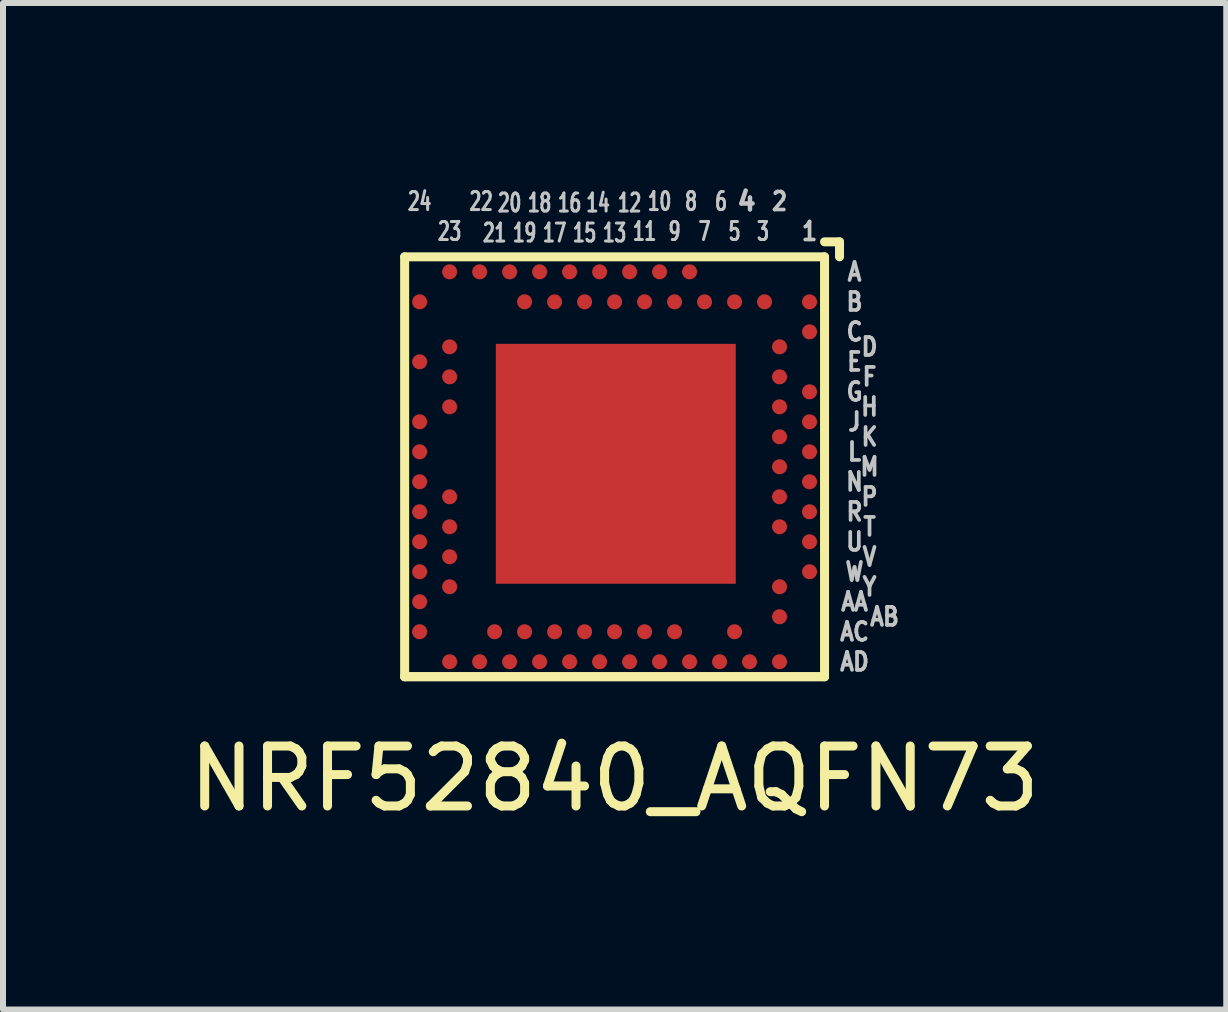
<source format=kicad_pcb>
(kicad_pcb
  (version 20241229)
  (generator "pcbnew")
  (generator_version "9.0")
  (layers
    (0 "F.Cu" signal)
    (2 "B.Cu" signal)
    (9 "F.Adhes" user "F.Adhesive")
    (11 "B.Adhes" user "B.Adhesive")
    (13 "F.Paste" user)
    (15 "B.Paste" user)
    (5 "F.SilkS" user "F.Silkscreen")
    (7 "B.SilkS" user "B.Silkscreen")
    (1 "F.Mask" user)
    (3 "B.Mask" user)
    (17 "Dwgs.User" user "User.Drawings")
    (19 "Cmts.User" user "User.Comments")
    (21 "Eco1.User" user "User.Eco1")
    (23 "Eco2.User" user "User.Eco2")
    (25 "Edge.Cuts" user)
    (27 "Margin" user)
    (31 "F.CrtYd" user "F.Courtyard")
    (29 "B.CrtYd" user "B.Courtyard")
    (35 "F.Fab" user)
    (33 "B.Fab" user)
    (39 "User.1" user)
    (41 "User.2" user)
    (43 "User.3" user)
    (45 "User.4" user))
  (footprint "NRF52840_AQFN73"
    (layer "F.Cu")
    (at 7.196 4.732)
    (property "Reference" "NRF52840_AQFN73" (at 0 5.2 0) (layer "F.SilkS") (effects (font (size 1 1) (thickness 0.15))))
    (attr smd)
    (fp_line (start -3.5 -3.5) (end 3.5 -3.5) (stroke (width 0.15) (type solid)) (layer "F.SilkS"))
    (fp_line (start -3.5 3.5) (end -3.5 -3.5) (stroke (width 0.15) (type solid)) (layer "F.SilkS"))
    (fp_line (start 3.5 -3.75) (end 3.75 -3.75) (stroke (width 0.15) (type solid)) (layer "F.SilkS"))
    (fp_line (start 3.5 -3.5) (end 3.5 3.5) (stroke (width 0.15) (type solid)) (layer "F.SilkS"))
    (fp_line (start 3.5 3.5) (end -3.5 3.5) (stroke (width 0.15) (type solid)) (layer "F.SilkS"))
    (fp_line (start 3.5 3.5) (end -3.5 3.5) (stroke (width 0.15) (type solid)) (layer "F.SilkS"))
    (fp_line (start 3.75 -3.75) (end 3.75 -3.5) (stroke (width 0.15) (type solid)) (layer "F.SilkS"))
    (fp_text user "AA" (at 4 2.25 0) (layer "Dwgs.User") (effects (font (size 0.3 0.25) (thickness 0.062))))
    (fp_text user "20" (at -1.75 -4.4 0) (layer "Dwgs.User") (effects (font (size 0.3 0.2) (thickness 0.05))))
    (fp_text user "M" (at 4.25 0 0) (layer "Dwgs.User") (effects (font (size 0.3 0.25) (thickness 0.062))))
    (fp_text user "W" (at 4 1.75 0) (layer "Dwgs.User") (effects (font (size 0.3 0.25) (thickness 0.062))))
    (fp_text user "4" (at 2.2 -4.425 0) (layer "Dwgs.User") (effects (font (size 0.3 0.3) (thickness 0.075))))
    (fp_text user "J" (at 4 -0.75 0) (layer "Dwgs.User") (effects (font (size 0.3 0.25) (thickness 0.062))))
    (fp_text user "23" (at -2.75 -3.925 0) (layer "Dwgs.User") (effects (font (size 0.3 0.2) (thickness 0.05))))
    (fp_text user "17" (at -1 -3.9 0) (layer "Dwgs.User") (effects (font (size 0.3 0.2) (thickness 0.05))))
    (fp_text user "1" (at 3.25 -3.925 0) (layer "Dwgs.User") (effects (font (size 0.3 0.25) (thickness 0.062))))
    (fp_text user "B" (at 4 -2.75 0) (layer "Dwgs.User") (effects (font (size 0.3 0.25) (thickness 0.062))))
    (fp_text user "D" (at 4.25 -2 0) (layer "Dwgs.User") (effects (font (size 0.3 0.25) (thickness 0.062))))
    (fp_text user "6" (at 1.775 -4.425 0) (layer "Dwgs.User") (effects (font (size 0.3 0.2) (thickness 0.05))))
    (fp_text user "E" (at 4 -1.75 0) (layer "Dwgs.User") (effects (font (size 0.3 0.25) (thickness 0.062))))
    (fp_text user "11" (at 0.5 -3.925 0) (layer "Dwgs.User") (effects (font (size 0.3 0.2) (thickness 0.05))))
    (fp_text user "V" (at 4.25 1.5 0) (layer "Dwgs.User") (effects (font (size 0.3 0.25) (thickness 0.062))))
    (fp_text user "L" (at 4 -0.25 0) (layer "Dwgs.User") (effects (font (size 0.3 0.25) (thickness 0.062))))
    (fp_text user "2" (at 2.75 -4.425 0) (layer "Dwgs.User") (effects (font (size 0.3 0.25) (thickness 0.062))))
    (fp_text user "15" (at -0.5 -3.9 0) (layer "Dwgs.User") (effects (font (size 0.3 0.2) (thickness 0.05))))
    (fp_text user "C" (at 4 -2.25 0) (layer "Dwgs.User") (effects (font (size 0.3 0.25) (thickness 0.062))))
    (fp_text user "R" (at 4 0.75 0) (layer "Dwgs.User") (effects (font (size 0.3 0.25) (thickness 0.062))))
    (fp_text user "10" (at 0.75 -4.425 0) (layer "Dwgs.User") (effects (font (size 0.3 0.2) (thickness 0.05))))
    (fp_text user "8" (at 1.275 -4.425 0) (layer "Dwgs.User") (effects (font (size 0.3 0.2) (thickness 0.05))))
    (fp_text user "G" (at 4 -1.25 0) (layer "Dwgs.User") (effects (font (size 0.3 0.25) (thickness 0.062))))
    (fp_text user "22" (at -2.225 -4.425 0) (layer "Dwgs.User") (effects (font (size 0.3 0.2) (thickness 0.05))))
    (fp_text user "7" (at 1.5 -3.925 0) (layer "Dwgs.User") (effects (font (size 0.3 0.2) (thickness 0.05))))
    (fp_text user "F" (at 4.25 -1.5 0) (layer "Dwgs.User") (effects (font (size 0.3 0.25) (thickness 0.062))))
    (fp_text user "13" (at 0 -3.9 0) (layer "Dwgs.User") (effects (font (size 0.3 0.2) (thickness 0.05))))
    (fp_text user "AD" (at 4 3.25 0) (layer "Dwgs.User") (effects (font (size 0.3 0.25) (thickness 0.062))))
    (fp_text user "19" (at -1.5 -3.9 0) (layer "Dwgs.User") (effects (font (size 0.3 0.2) (thickness 0.05))))
    (fp_text user "3" (at 2.475 -3.925 0) (layer "Dwgs.User") (effects (font (size 0.3 0.2) (thickness 0.05))))
    (fp_text user "5" (at 2 -3.925 0) (layer "Dwgs.User") (effects (font (size 0.3 0.2) (thickness 0.05))))
    (fp_text user "16" (at -0.75 -4.4 0) (layer "Dwgs.User") (effects (font (size 0.3 0.2) (thickness 0.05))))
    (fp_text user "H" (at 4.25 -1 0) (layer "Dwgs.User") (effects (font (size 0.3 0.25) (thickness 0.062))))
    (fp_text user "21" (at -2 -3.9 0) (layer "Dwgs.User") (effects (font (size 0.3 0.2) (thickness 0.05))))
    (fp_text user "AC" (at 4 2.75 0) (layer "Dwgs.User") (effects (font (size 0.3 0.25) (thickness 0.062))))
    (fp_text user "12" (at 0.25 -4.4 0) (layer "Dwgs.User") (effects (font (size 0.3 0.2) (thickness 0.05))))
    (fp_text user "K" (at 4.25 -0.5 0) (layer "Dwgs.User") (effects (font (size 0.3 0.25) (thickness 0.062))))
    (fp_text user "14" (at -0.275 -4.4 0) (layer "Dwgs.User") (effects (font (size 0.3 0.2) (thickness 0.05))))
    (fp_text user "P" (at 4.25 0.5 0) (layer "Dwgs.User") (effects (font (size 0.3 0.25) (thickness 0.062))))
    (fp_text user "N" (at 4 0.25 0) (layer "Dwgs.User") (effects (font (size 0.3 0.25) (thickness 0.062))))
    (fp_text user "18" (at -1.25 -4.4 0) (layer "Dwgs.User") (effects (font (size 0.3 0.2) (thickness 0.05))))
    (fp_text user "AB" (at 4.5 2.5 0) (layer "Dwgs.User") (effects (font (size 0.3 0.25) (thickness 0.062))))
    (fp_text user "24" (at -3.25 -4.425 0) (layer "Dwgs.User") (effects (font (size 0.3 0.2) (thickness 0.05))))
    (fp_text user "T" (at 4.25 1 0) (layer "Dwgs.User") (effects (font (size 0.3 0.25) (thickness 0.062))))
    (fp_text user "9" (at 1 -3.925 0) (layer "Dwgs.User") (effects (font (size 0.3 0.2) (thickness 0.05))))
    (fp_text user "Y" (at 4.25 2 0) (layer "Dwgs.User") (effects (font (size 0.3 0.25) (thickness 0.062))))
    (fp_text user "A" (at 4 -3.25 0) (layer "Dwgs.User") (effects (font (size 0.3 0.25) (thickness 0.062))))
    (fp_text user "U" (at 4 1.25 0) (layer "Dwgs.User") (effects (font (size 0.3 0.25) (thickness 0.062))))
    (pad "A8" smd circle (at 1.25 -3.25) (size 0.25 0.25) (layers "F.Cu" "F.Mask" "F.Paste"))
    (pad "A10" smd circle (at 0.75 -3.25) (size 0.25 0.25) (layers "F.Cu" "F.Mask" "F.Paste"))
    (pad "A12" smd circle (at 0.25 -3.25) (size 0.25 0.25) (layers "F.Cu" "F.Mask" "F.Paste"))
    (pad "A14" smd circle (at -0.25 -3.25) (size 0.25 0.25) (layers "F.Cu" "F.Mask" "F.Paste"))
    (pad "A16" smd circle (at -0.75 -3.25) (size 0.25 0.25) (layers "F.Cu" "F.Mask" "F.Paste"))
    (pad "A18" smd circle (at -1.25 -3.25) (size 0.25 0.25) (layers "F.Cu" "F.Mask" "F.Paste"))
    (pad "A20" smd circle (at -1.75 -3.25) (size 0.25 0.25) (layers "F.Cu" "F.Mask" "F.Paste"))
    (pad "A22" smd circle (at -2.25 -3.25) (size 0.25 0.25) (layers "F.Cu" "F.Mask" "F.Paste"))
    (pad "A23" smd circle (at -2.75 -3.25) (size 0.25 0.25) (layers "F.Cu" "F.Mask" "F.Paste"))
    (pad "AA24" smd circle (at -3.25 2.25) (size 0.25 0.25) (layers "F.Cu" "F.Mask" "F.Paste"))
    (pad "AB2" smd circle (at 2.75 2.5) (size 0.25 0.25) (layers "F.Cu" "F.Mask" "F.Paste"))
    (pad "AC5" smd circle (at 2 2.75) (size 0.25 0.25) (layers "F.Cu" "F.Mask" "F.Paste"))
    (pad "AC9" smd circle (at 1 2.75) (size 0.25 0.25) (layers "F.Cu" "F.Mask" "F.Paste"))
    (pad "AC11" smd circle (at 0.5 2.75) (size 0.25 0.25) (layers "F.Cu" "F.Mask" "F.Paste"))
    (pad "AC13" smd circle (at 0 2.75) (size 0.25 0.25) (layers "F.Cu" "F.Mask" "F.Paste"))
    (pad "AC15" smd circle (at -0.5 2.75) (size 0.25 0.25) (layers "F.Cu" "F.Mask" "F.Paste"))
    (pad "AC17" smd circle (at -1 2.75) (size 0.25 0.25) (layers "F.Cu" "F.Mask" "F.Paste"))
    (pad "AC19" smd circle (at -1.5 2.75) (size 0.25 0.25) (layers "F.Cu" "F.Mask" "F.Paste"))
    (pad "AC21" smd circle (at -2 2.75) (size 0.25 0.25) (layers "F.Cu" "F.Mask" "F.Paste"))
    (pad "AC24" smd circle (at -3.25 2.75) (size 0.25 0.25) (layers "F.Cu" "F.Mask" "F.Paste"))
    (pad "AD2" smd circle (at 2.75 3.25) (size 0.25 0.25) (layers "F.Cu" "F.Mask" "F.Paste"))
    (pad "AD4" smd circle (at 2.25 3.25) (size 0.25 0.25) (layers "F.Cu" "F.Mask" "F.Paste"))
    (pad "AD6" smd circle (at 1.75 3.25) (size 0.25 0.25) (layers "F.Cu" "F.Mask" "F.Paste"))
    (pad "AD8" smd circle (at 1.25 3.25) (size 0.25 0.25) (layers "F.Cu" "F.Mask" "F.Paste"))
    (pad "AD10" smd circle (at 0.75 3.25) (size 0.25 0.25) (layers "F.Cu" "F.Mask" "F.Paste"))
    (pad "AD12" smd circle (at 0.25 3.25) (size 0.25 0.25) (layers "F.Cu" "F.Mask" "F.Paste"))
    (pad "AD14" smd circle (at -0.25 3.25) (size 0.25 0.25) (layers "F.Cu" "F.Mask" "F.Paste"))
    (pad "AD16" smd circle (at -0.75 3.25) (size 0.25 0.25) (layers "F.Cu" "F.Mask" "F.Paste"))
    (pad "AD18" smd circle (at -1.25 3.25) (size 0.25 0.25) (layers "F.Cu" "F.Mask" "F.Paste"))
    (pad "AD20" smd circle (at -1.75 3.25) (size 0.25 0.25) (layers "F.Cu" "F.Mask" "F.Paste"))
    (pad "AD22" smd circle (at -2.25 3.25) (size 0.25 0.25) (layers "F.Cu" "F.Mask" "F.Paste"))
    (pad "AD23" smd circle (at -2.75 3.25) (size 0.25 0.25) (layers "F.Cu" "F.Mask" "F.Paste"))
    (pad "B1" smd oval (at 3.25 -2.75) (size 0.25 0.25) (layers "F.Cu" "F.Mask" "F.Paste"))
    (pad "B3" smd circle (at 2.5 -2.75) (size 0.25 0.25) (layers "F.Cu" "F.Mask" "F.Paste"))
    (pad "B5" smd circle (at 2 -2.75) (size 0.25 0.25) (layers "F.Cu" "F.Mask" "F.Paste"))
    (pad "B7" smd circle (at 1.5 -2.75) (size 0.25 0.25) (layers "F.Cu" "F.Mask" "F.Paste"))
    (pad "B9" smd circle (at 1 -2.75) (size 0.25 0.25) (layers "F.Cu" "F.Mask" "F.Paste"))
    (pad "B11" smd circle (at 0.5 -2.75) (size 0.25 0.25) (layers "F.Cu" "F.Mask" "F.Paste"))
    (pad "B13" smd circle (at 0 -2.75) (size 0.25 0.25) (layers "F.Cu" "F.Mask" "F.Paste"))
    (pad "B15" smd circle (at -0.5 -2.75) (size 0.25 0.25) (layers "F.Cu" "F.Mask" "F.Paste"))
    (pad "B17" smd circle (at -1 -2.75) (size 0.25 0.25) (layers "F.Cu" "F.Mask" "F.Paste"))
    (pad "B19" smd circle (at -1.5 -2.75) (size 0.25 0.25) (layers "F.Cu" "F.Mask" "F.Paste"))
    (pad "B24" smd circle (at -3.25 -2.75) (size 0.25 0.25) (layers "F.Cu" "F.Mask" "F.Paste"))
    (pad "C1" smd circle (at 3.25 -2.25) (size 0.25 0.25) (layers "F.Cu" "F.Mask" "F.Paste"))
    (pad "D2" smd circle (at 2.75 -2) (size 0.25 0.25) (layers "F.Cu" "F.Mask" "F.Paste"))
    (pad "D23" smd circle (at -2.75 -2) (size 0.25 0.25) (layers "F.Cu" "F.Mask" "F.Paste"))
    (pad "E24" smd circle (at -3.25 -1.75) (size 0.25 0.25) (layers "F.Cu" "F.Mask" "F.Paste"))
    (pad "F2" smd circle (at 2.75 -1.5) (size 0.25 0.25) (layers "F.Cu" "F.Mask" "F.Paste"))
    (pad "F23" smd circle (at -2.75 -1.5) (size 0.25 0.25) (layers "F.Cu" "F.Mask" "F.Paste"))
    (pad "G1" smd circle (at 3.25 -1.25) (size 0.25 0.25) (layers "F.Cu" "F.Mask" "F.Paste"))
    (pad "GND" smd rect (at 0.02 -0.05) (size 4 4) (layers "F.Cu" "F.Mask" "F.Paste"))
    (pad "H2" smd circle (at 2.75 -1) (size 0.25 0.25) (layers "F.Cu" "F.Mask" "F.Paste"))
    (pad "H23" smd circle (at -2.75 -1) (size 0.25 0.25) (layers "F.Cu" "F.Mask" "F.Paste"))
    (pad "J1" smd circle (at 3.25 -0.75) (size 0.25 0.25) (layers "F.Cu" "F.Mask" "F.Paste"))
    (pad "J24" smd circle (at -3.25 -0.75) (size 0.25 0.25) (layers "F.Cu" "F.Mask" "F.Paste"))
    (pad "K2" smd circle (at 2.75 -0.5) (size 0.25 0.25) (layers "F.Cu" "F.Mask" "F.Paste"))
    (pad "L1" smd circle (at 3.25 -0.25) (size 0.25 0.25) (layers "F.Cu" "F.Mask" "F.Paste"))
    (pad "L24" smd circle (at -3.25 -0.25) (size 0.25 0.25) (layers "F.Cu" "F.Mask" "F.Paste"))
    (pad "M2" smd circle (at 2.75 0) (size 0.25 0.25) (layers "F.Cu" "F.Mask" "F.Paste"))
    (pad "N1" smd circle (at 3.25 0.25) (size 0.25 0.25) (layers "F.Cu" "F.Mask" "F.Paste"))
    (pad "N24" smd circle (at -3.25 0.25) (size 0.25 0.25) (layers "F.Cu" "F.Mask" "F.Paste"))
    (pad "P2" smd circle (at 2.75 0.5) (size 0.25 0.25) (layers "F.Cu" "F.Mask" "F.Paste"))
    (pad "P23" smd circle (at -2.75 0.5) (size 0.25 0.25) (layers "F.Cu" "F.Mask" "F.Paste"))
    (pad "R1" smd circle (at 3.25 0.75) (size 0.25 0.25) (layers "F.Cu" "F.Mask" "F.Paste"))
    (pad "R24" smd circle (at -3.25 0.75) (size 0.25 0.25) (layers "F.Cu" "F.Mask" "F.Paste"))
    (pad "T2" smd circle (at 2.75 1) (size 0.25 0.25) (layers "F.Cu" "F.Mask" "F.Paste"))
    (pad "T23" smd circle (at -2.75 1) (size 0.25 0.25) (layers "F.Cu" "F.Mask" "F.Paste"))
    (pad "U1" smd circle (at 3.25 1.25) (size 0.25 0.25) (layers "F.Cu" "F.Mask" "F.Paste"))
    (pad "U24" smd circle (at -3.25 1.25) (size 0.25 0.25) (layers "F.Cu" "F.Mask" "F.Paste"))
    (pad "V23" smd circle (at -2.75 1.5) (size 0.25 0.25) (layers "F.Cu" "F.Mask" "F.Paste"))
    (pad "W1" smd circle (at 3.25 1.75) (size 0.25 0.25) (layers "F.Cu" "F.Mask" "F.Paste"))
    (pad "W24" smd circle (at -3.25 1.75) (size 0.25 0.25) (layers "F.Cu" "F.Mask" "F.Paste"))
    (pad "Y2" smd circle (at 2.75 2) (size 0.25 0.25) (layers "F.Cu" "F.Mask" "F.Paste"))
    (pad "Y23" smd circle (at -2.75 2) (size 0.25 0.25) (layers "F.Cu" "F.Mask" "F.Paste")))
  (gr_rect
    (start -3 -3)
    (end 17.393 13.78)
    (stroke (width 0.1) (type default))
    (fill no)
    (layer "Edge.Cuts")))
</source>
